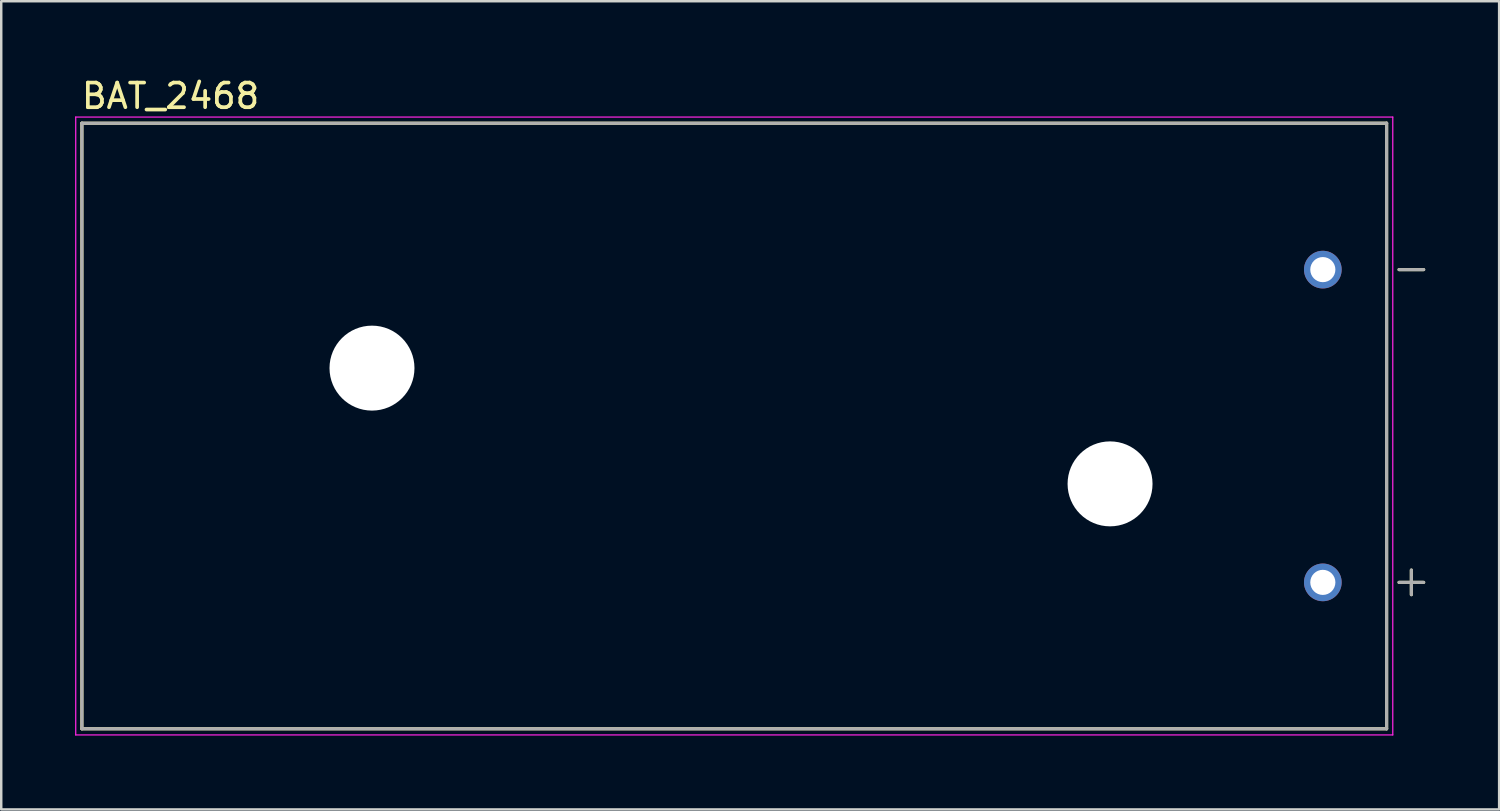
<source format=kicad_pcb>
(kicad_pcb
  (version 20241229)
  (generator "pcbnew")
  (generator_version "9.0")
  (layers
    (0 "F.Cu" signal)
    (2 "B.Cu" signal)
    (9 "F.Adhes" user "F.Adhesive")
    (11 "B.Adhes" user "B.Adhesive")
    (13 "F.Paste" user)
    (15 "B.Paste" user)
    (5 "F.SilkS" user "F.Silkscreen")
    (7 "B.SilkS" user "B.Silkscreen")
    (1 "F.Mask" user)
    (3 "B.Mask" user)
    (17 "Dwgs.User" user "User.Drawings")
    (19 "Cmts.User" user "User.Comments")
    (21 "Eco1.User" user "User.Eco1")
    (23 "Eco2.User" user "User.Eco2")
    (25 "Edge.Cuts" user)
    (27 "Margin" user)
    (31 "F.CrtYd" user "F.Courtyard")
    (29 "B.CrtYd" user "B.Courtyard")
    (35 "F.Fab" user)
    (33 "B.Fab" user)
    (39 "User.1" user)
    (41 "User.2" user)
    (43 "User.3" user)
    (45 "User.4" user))
  (footprint "BAT_2468"
    (layer "F.Cu")
    (at 26.765 14.248)
    (property "Reference" "BAT_2468" (at -22.89 -13.4 0) (layer "F.SilkS") (effects (font (size 1 1) (thickness 0.15))))
    (attr through_hole)
    (fp_line (start -26.49 -12.295) (end 26.49 -12.295) (stroke (width 0.127) (type solid)) (layer "F.SilkS"))
    (fp_line (start -26.49 12.295) (end -26.49 -12.295) (stroke (width 0.127) (type solid)) (layer "F.SilkS"))
    (fp_line (start 26.49 -12.295) (end 26.49 12.295) (stroke (width 0.127) (type solid)) (layer "F.SilkS"))
    (fp_line (start 26.49 12.295) (end -26.49 12.295) (stroke (width 0.127) (type solid)) (layer "F.SilkS"))
    (fp_line (start 26.995 -6.35) (end 27.995 -6.35) (stroke (width 0.127) (type solid)) (layer "F.SilkS"))
    (fp_line (start 26.995 6.35) (end 27.995 6.35) (stroke (width 0.127) (type solid)) (layer "F.SilkS"))
    (fp_line (start 27.495 5.85) (end 27.495 6.85) (stroke (width 0.127) (type solid)) (layer "F.SilkS"))
    (fp_line (start -26.74 -12.545) (end 26.74 -12.545) (stroke (width 0.05) (type solid)) (layer "F.CrtYd"))
    (fp_line (start -26.74 12.545) (end -26.74 -12.545) (stroke (width 0.05) (type solid)) (layer "F.CrtYd"))
    (fp_line (start 26.74 -12.545) (end 26.74 12.545) (stroke (width 0.05) (type solid)) (layer "F.CrtYd"))
    (fp_line (start 26.74 12.545) (end -26.74 12.545) (stroke (width 0.05) (type solid)) (layer "F.CrtYd"))
    (fp_line (start -26.49 -12.295) (end 26.49 -12.295) (stroke (width 0.127) (type solid)) (layer "F.Fab"))
    (fp_line (start -26.49 12.295) (end -26.49 -12.295) (stroke (width 0.127) (type solid)) (layer "F.Fab"))
    (fp_line (start 26.49 -12.295) (end 26.49 12.295) (stroke (width 0.127) (type solid)) (layer "F.Fab"))
    (fp_line (start 26.49 12.295) (end -26.49 12.295) (stroke (width 0.127) (type solid)) (layer "F.Fab"))
    (fp_line (start 26.995 -6.35) (end 27.995 -6.35) (stroke (width 0.127) (type solid)) (layer "F.Fab"))
    (fp_line (start 26.995 6.35) (end 27.995 6.35) (stroke (width 0.127) (type solid)) (layer "F.Fab"))
    (fp_line (start 27.495 5.85) (end 27.495 6.85) (stroke (width 0.127) (type solid)) (layer "F.Fab"))
    (pad "" np_thru_hole circle (at -14.71 -2.35) (size 3.45 3.45) (drill 3.45) (layers "*.Cu" "*.Mask"))
    (pad "" np_thru_hole circle (at 15.26 2.35) (size 3.45 3.45) (drill 3.45) (layers "*.Cu" "*.Mask"))
    (pad "N" thru_hole circle (at 23.9 -6.35) (size 1.53 1.53) (drill 1.02) (layers "*.Cu" "*.Mask"))
    (pad "P" thru_hole circle (at 23.9 6.35) (size 1.53 1.53) (drill 1.02) (layers "*.Cu" "*.Mask")))
  (gr_rect
    (start -3 -3)
    (end 57.824 29.818)
    (stroke (width 0.1) (type default))
    (fill no)
    (layer "Edge.Cuts")))
</source>
